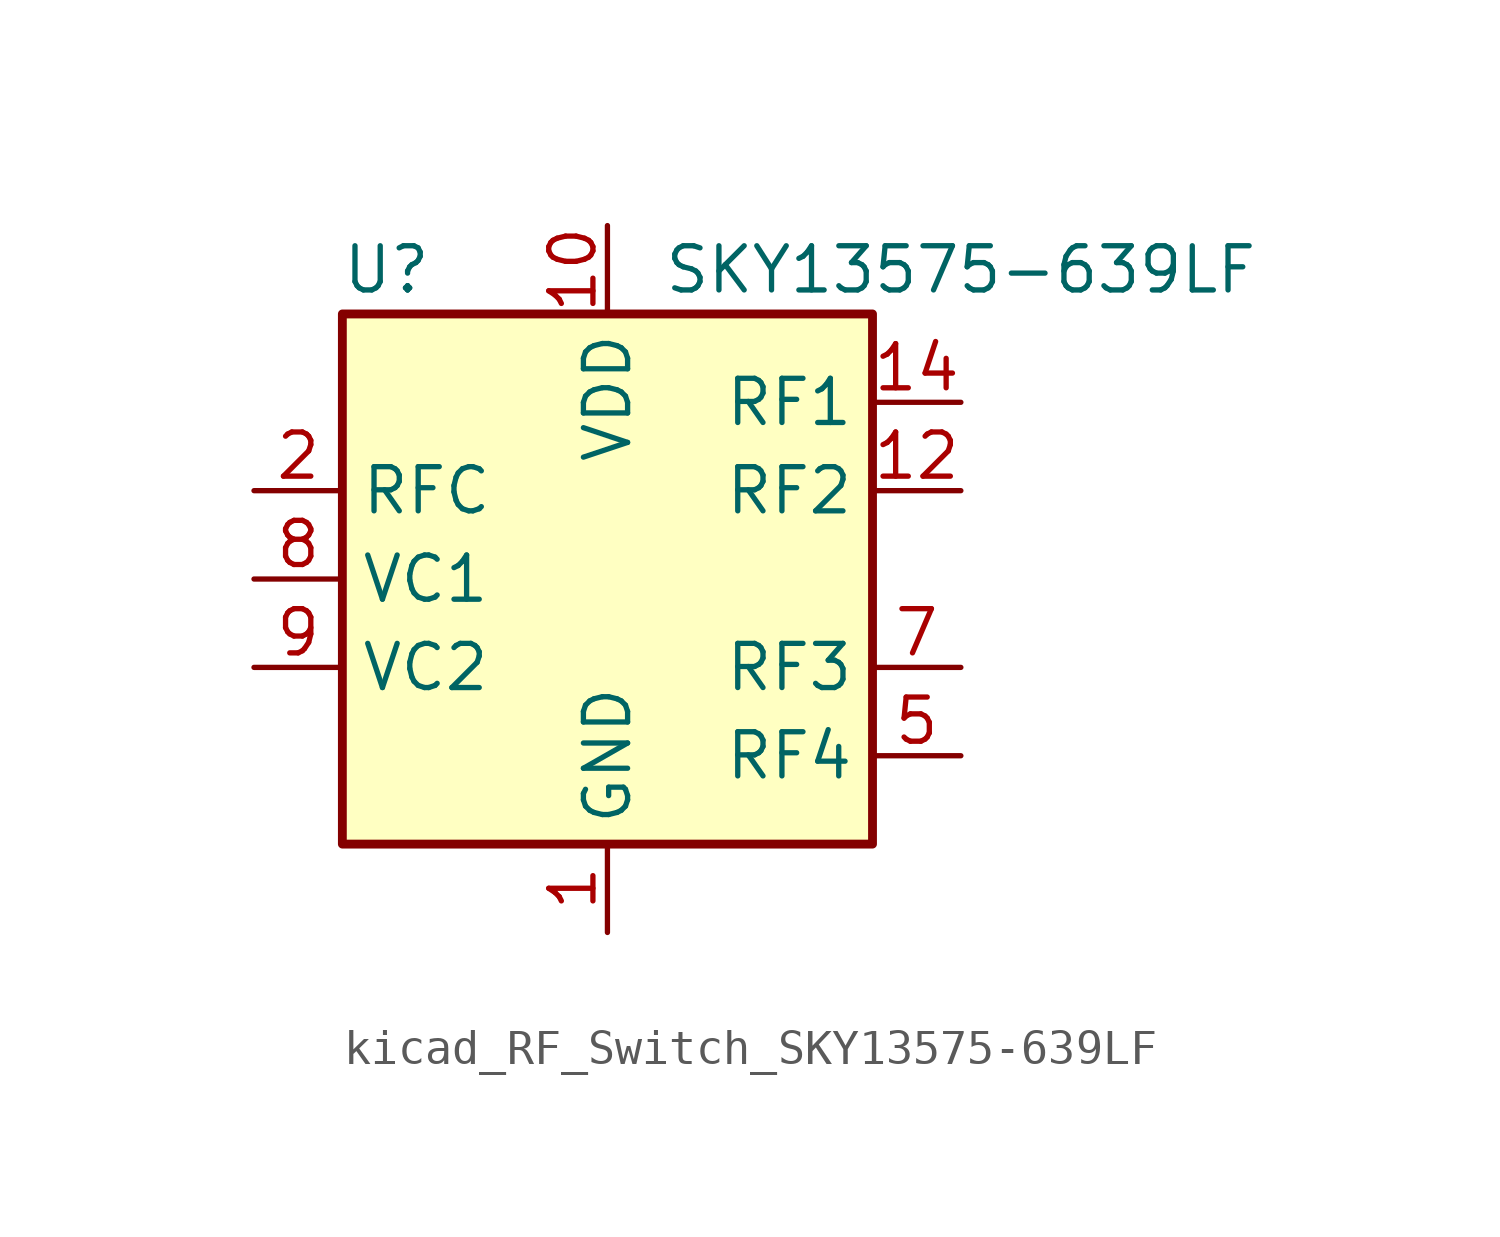
<source format=kicad_sym>
(kicad_symbol_lib
  (version 20220914)
  (generator kicad_symbol_editor)
  (symbol "kicad_RF_Switch_SKY13575-639LF"
    (property "Reference" "U"
      (at -6.35 8.89 0)
      (effects (font (size 1.27 1.27))))
    (property "Value" "SKY13575-639LF"
      (at 10.16 8.89 0)
      (effects (font (size 1.27 1.27))))
    (symbol "kicad_RF_Switch_SKY13575-639LF_0_1"
      (rectangle (start -7.62 7.62) (end 7.62 -7.62) (stroke (width 0.254) (type default)) (fill (type background))))
    (symbol "kicad_RF_Switch_SKY13575-639LF_1_1"
      (pin power_in line (at 0 -10.16 90) (length 2.54) (name "GND" (effects (font (size 1.27 1.27)))) (number "1" (effects (font (size 1.27 1.27)))))
      (pin power_in line (at 0 10.16 270) (length 2.54) (name "VDD" (effects (font (size 1.27 1.27)))) (number "10" (effects (font (size 1.27 1.27)))))
      (pin passive line (at 0 -10.16 90) (length 2.54) hide (name "GND" (effects (font (size 1.27 1.27)))) (number "11" (effects (font (size 1.27 1.27)))))
      (pin passive line (at 10.16 2.54 180) (length 2.54) (name "RF2" (effects (font (size 1.27 1.27)))) (number "12" (effects (font (size 1.27 1.27)))))
      (pin passive line (at 0 -10.16 90) (length 2.54) hide (name "GND" (effects (font (size 1.27 1.27)))) (number "13" (effects (font (size 1.27 1.27)))))
      (pin passive line (at 10.16 5.08 180) (length 2.54) (name "RF1" (effects (font (size 1.27 1.27)))) (number "14" (effects (font (size 1.27 1.27)))))
      (pin passive line (at 0 -10.16 90) (length 2.54) hide (name "GND" (effects (font (size 1.27 1.27)))) (number "15" (effects (font (size 1.27 1.27)))))
      (pin passive line (at -10.16 2.54 0) (length 2.54) (name "RFC" (effects (font (size 1.27 1.27)))) (number "2" (effects (font (size 1.27 1.27)))))
      (pin passive line (at 0 -10.16 90) (length 2.54) hide (name "GND" (effects (font (size 1.27 1.27)))) (number "3" (effects (font (size 1.27 1.27)))))
      (pin passive line (at 0 -10.16 90) (length 2.54) hide (name "GND" (effects (font (size 1.27 1.27)))) (number "4" (effects (font (size 1.27 1.27)))))
      (pin passive line (at 10.16 -5.08 180) (length 2.54) (name "RF4" (effects (font (size 1.27 1.27)))) (number "5" (effects (font (size 1.27 1.27)))))
      (pin passive line (at 0 -10.16 90) (length 2.54) hide (name "GND" (effects (font (size 1.27 1.27)))) (number "6" (effects (font (size 1.27 1.27)))))
      (pin passive line (at 10.16 -2.54 180) (length 2.54) (name "RF3" (effects (font (size 1.27 1.27)))) (number "7" (effects (font (size 1.27 1.27)))))
      (pin input line (at -10.16 0 0) (length 2.54) (name "VC1" (effects (font (size 1.27 1.27)))) (number "8" (effects (font (size 1.27 1.27)))))
      (pin input line (at -10.16 -2.54 0) (length 2.54) (name "VC2" (effects (font (size 1.27 1.27)))) (number "9" (effects (font (size 1.27 1.27))))))))
</source>
